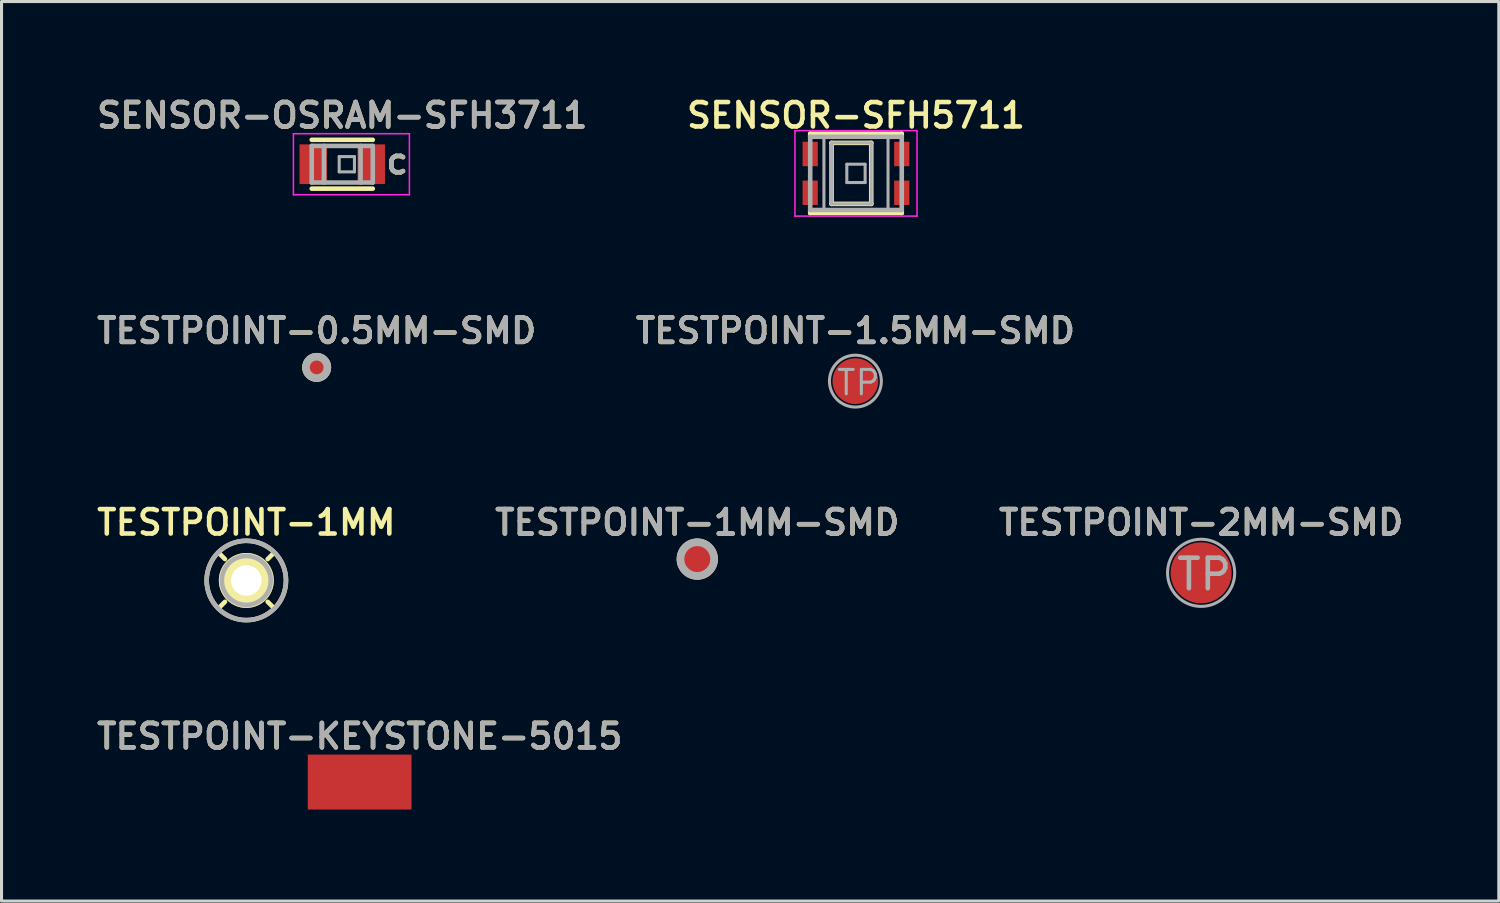
<source format=kicad_pcb>
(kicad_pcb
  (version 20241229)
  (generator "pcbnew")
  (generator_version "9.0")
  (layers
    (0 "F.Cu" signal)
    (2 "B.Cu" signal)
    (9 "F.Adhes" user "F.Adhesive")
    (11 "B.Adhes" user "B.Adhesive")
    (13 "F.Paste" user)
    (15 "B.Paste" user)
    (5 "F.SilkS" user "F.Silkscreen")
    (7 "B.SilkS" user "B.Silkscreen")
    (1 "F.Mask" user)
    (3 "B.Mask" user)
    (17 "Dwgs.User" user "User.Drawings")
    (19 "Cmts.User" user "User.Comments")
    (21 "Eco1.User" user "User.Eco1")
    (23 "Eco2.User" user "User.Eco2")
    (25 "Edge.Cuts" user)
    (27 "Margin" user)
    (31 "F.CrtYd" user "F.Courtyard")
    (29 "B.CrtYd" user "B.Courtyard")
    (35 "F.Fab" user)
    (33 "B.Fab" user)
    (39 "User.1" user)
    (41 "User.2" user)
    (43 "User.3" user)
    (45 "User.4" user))
  (footprint "TESTPOINT-1.5MM-SMD"
    (layer "F.Cu")
    (at 24.978 9.438)
    (property "Reference" "TESTPOINT-1.5MM-SMD" (at 0 -1.65 0) (layer "F.SilkS") (effects (font (size 0.8 0.8) (thickness 0.15))))
    (attr smd)
    (fp_circle (center 0 0) (end 0.85 0) (stroke (width 0.1) (type solid)) (fill no) (layer "F.Fab"))
    (fp_text user "TP" (at 0.1 0.05 0) (layer "F.Fab") (effects (font (size 0.8 0.8) (thickness 0.1))))
    (fp_text user "${REFERENCE}" (at 0 -1.65 0) (layer "F.Fab") (effects (font (size 0.8 0.8) (thickness 0.15))))
    (pad "1" smd circle (at 0 0) (size 1.5 1.5) (layers "F.Cu" "F.Mask")))
  (footprint "TESTPOINT-1MM"
    (layer "F.Cu")
    (at 5.021 15.969)
    (property "Reference" "TESTPOINT-1MM" (at 0 -1.9 0) (layer "F.SilkS") (effects (font (size 0.8 0.8) (thickness 0.15))))
    (attr through_hole)
    (fp_line (start -0.9 -0.9) (end -0.7 -0.7) (stroke (width 0.15) (type solid)) (layer "F.SilkS"))
    (fp_line (start -0.7 0.7) (end -0.9 0.9) (stroke (width 0.15) (type solid)) (layer "F.SilkS"))
    (fp_line (start 0.7 -0.7) (end 0.9 -0.9) (stroke (width 0.15) (type solid)) (layer "F.SilkS"))
    (fp_line (start 0.7 0.7) (end 0.9 0.9) (stroke (width 0.15) (type solid)) (layer "F.SilkS"))
    (fp_circle (center 0 0) (end 1.3 0) (stroke (width 0.15) (type solid)) (fill no) (layer "F.SilkS"))
    (fp_circle (center 0 0) (end 0.8 0) (stroke (width 0.15) (type solid)) (fill no) (layer "F.Fab"))
    (fp_circle (center 0 0) (end 1.3 0) (stroke (width 0.15) (type solid)) (fill no) (layer "F.Fab"))
    (pad "1" thru_hole circle (at 0 0) (size 1.8 1.8) (drill 1) (layers "*.Cu" "*.Mask" "F.SilkS")))
  (footprint "TESTPOINT-1MM-SMD"
    (layer "F.Cu")
    (at 19.797 15.269)
    (property "Reference" "TESTPOINT-1MM-SMD" (at 0 -1.2 0) (layer "F.SilkS") (effects (font (size 0.8 0.8) (thickness 0.15))))
    (attr through_hole)
    (fp_circle (center 0 0) (end 0.6 0) (stroke (width 0.15) (type solid)) (fill no) (layer "F.SilkS"))
    (fp_circle (center 0 0) (end 0.5 0) (stroke (width 0.15) (type solid)) (fill no) (layer "F.Fab"))
    (fp_circle (center 0 0) (end 0.6 0) (stroke (width 0.15) (type solid)) (fill no) (layer "F.Fab"))
    (fp_text user "${REFERENCE}" (at 0 -1.2 0) (layer "F.Fab") (effects (font (size 0.8 0.8) (thickness 0.15))))
    (pad "1" smd circle (at 0 0) (size 1 1) (layers "F.Cu" "F.Mask" "F.Paste")))
  (footprint "TESTPOINT-0.5MM-SMD"
    (layer "F.Cu")
    (at 7.326 8.988)
    (property "Reference" "TESTPOINT-0.5MM-SMD" (at 0 -1.2 0) (layer "F.SilkS") (effects (font (size 0.8 0.8) (thickness 0.15))))
    (attr through_hole)
    (fp_circle (center 0 0) (end 0.4 0) (stroke (width 0.15) (type solid)) (fill no) (layer "F.SilkS"))
    (fp_circle (center 0 0) (end 0.3 0) (stroke (width 0.15) (type solid)) (fill no) (layer "F.Fab"))
    (fp_circle (center 0 0) (end 0.4 0) (stroke (width 0.15) (type solid)) (fill no) (layer "F.Fab"))
    (fp_text user "${REFERENCE}" (at 0 -1.2 0) (layer "F.Fab") (effects (font (size 0.8 0.8) (thickness 0.15))))
    (pad "1" smd circle (at 0 0) (size 0.5 0.5) (layers "F.Cu" "F.Mask")))
  (footprint "TESTPOINT-KEYSTONE-5015"
    (layer "F.Cu")
    (at 8.735 22.575)
    (property "Reference" "TESTPOINT-KEYSTONE-5015" (at 0 -1.5 0) (layer "F.SilkS") (effects (font (size 0.8 0.8) (thickness 0.15))))
    (attr smd)
    (fp_text user "${REFERENCE}" (at 0 -1.5 0) (layer "F.Fab") (effects (font (size 0.8 0.8) (thickness 0.15))))
    (pad "1" smd rect (at 0 0) (size 3.4 1.8) (layers "F.Cu" "F.Mask")))
  (footprint "TESTPOINT-2MM-SMD"
    (layer "F.Cu")
    (at 36.306 15.719)
    (property "Reference" "TESTPOINT-2MM-SMD" (at 0 -1.65 0) (layer "F.SilkS") (effects (font (size 0.8 0.8) (thickness 0.15))))
    (attr smd)
    (fp_circle (center 0 0) (end 1.1 0) (stroke (width 0.1) (type solid)) (fill no) (layer "F.Fab"))
    (fp_text user "${REFERENCE}" (at 0 -1.65 0) (layer "F.Fab") (effects (font (size 0.8 0.8) (thickness 0.15))))
    (fp_text user "TP" (at 0.1 0.05 0) (layer "F.Fab") (effects (font (size 1 1) (thickness 0.15))))
    (pad "1" smd circle (at 0 0) (size 2 2) (layers "F.Cu" "F.Mask")))
  (footprint "SENSOR-OSRAM-SFH3711"
    (layer "F.Cu")
    (at 8.164 2.331)
    (property "Reference" "SENSOR-OSRAM-SFH3711" (at 0 -1.6 0) (layer "F.SilkS") (effects (font (size 0.8 0.8) (thickness 0.15))))
    (attr smd)
    (fp_line (start -1 -0.8) (end 1 -0.8) (stroke (width 0.15) (type solid)) (layer "F.SilkS"))
    (fp_line (start 1 0.8) (end -1 0.8) (stroke (width 0.15) (type solid)) (layer "F.SilkS"))
    (fp_line (start -1.6 -1) (end -1.6 1) (stroke (width 0.05) (type solid)) (layer "F.CrtYd"))
    (fp_line (start -1.6 -1) (end 2.2 -1) (stroke (width 0.05) (type solid)) (layer "F.CrtYd"))
    (fp_line (start 2.2 -1) (end 2.2 1) (stroke (width 0.05) (type solid)) (layer "F.CrtYd"))
    (fp_line (start 2.2 1) (end -1.6 1) (stroke (width 0.05) (type solid)) (layer "F.CrtYd"))
    (fp_line (start -1 -0.6) (end 1 -0.6) (stroke (width 0.15) (type solid)) (layer "F.Fab"))
    (fp_line (start -1 0.6) (end -1 -0.6) (stroke (width 0.15) (type solid)) (layer "F.Fab"))
    (fp_line (start -0.6 -0.6) (end -0.6 0.6) (stroke (width 0.15) (type solid)) (layer "F.Fab"))
    (fp_line (start -0.1 -0.25) (end 0.4 -0.25) (stroke (width 0.1) (type solid)) (layer "F.Fab"))
    (fp_line (start -0.1 0.25) (end -0.1 -0.25) (stroke (width 0.1) (type solid)) (layer "F.Fab"))
    (fp_line (start 0.4 -0.25) (end 0.4 0.25) (stroke (width 0.1) (type solid)) (layer "F.Fab"))
    (fp_line (start 0.4 0.25) (end -0.1 0.25) (stroke (width 0.1) (type solid)) (layer "F.Fab"))
    (fp_line (start 0.6 -0.6) (end 0.6 0.6) (stroke (width 0.15) (type solid)) (layer "F.Fab"))
    (fp_line (start 1 -0.6) (end 1 0.6) (stroke (width 0.15) (type solid)) (layer "F.Fab"))
    (fp_line (start 1 0.6) (end -1 0.6) (stroke (width 0.15) (type solid)) (layer "F.Fab"))
    (fp_text user "c" (at 1.8 -0.1 0) (layer "F.SilkS") (effects (font (size 0.8 0.8) (thickness 0.15))))
    (fp_text user "c" (at 1.8 -0.1 0) (layer "F.Fab") (effects (font (size 0.8 0.8) (thickness 0.15))))
    (fp_text user "${REFERENCE}" (at 0 -1.6 0) (layer "F.Fab") (effects (font (size 0.8 0.8) (thickness 0.15))))
    (pad "1" smd rect (at 0.95 0) (size 0.9 1.3) (layers "F.Cu" "F.Mask" "F.Paste"))
    (pad "2" smd rect (at -0.95 0) (size 0.9 1.3) (layers "F.Cu" "F.Mask" "F.Paste")))
  (footprint "SENSOR-SFH5711"
    (layer "F.Cu")
    (at 24.997 2.631)
    (property "Reference" "SENSOR-SFH5711" (at 0 -1.9 0) (layer "F.SilkS") (effects (font (size 0.8 0.8) (thickness 0.15))))
    (attr through_hole)
    (fp_line (start -1.5 -1.3) (end -1.5 -1.2) (stroke (width 0.15) (type solid)) (layer "F.SilkS"))
    (fp_line (start -1.5 -1.3) (end 1.5 -1.3) (stroke (width 0.15) (type solid)) (layer "F.SilkS"))
    (fp_line (start -1.5 1.3) (end -1.5 1.2) (stroke (width 0.15) (type solid)) (layer "F.SilkS"))
    (fp_line (start -1.5 1.3) (end 1.5 1.3) (stroke (width 0.15) (type solid)) (layer "F.SilkS"))
    (fp_line (start -0.8 -1) (end 0.5 -1) (stroke (width 0.15) (type solid)) (layer "F.SilkS"))
    (fp_line (start -0.8 1) (end -0.8 -1) (stroke (width 0.15) (type solid)) (layer "F.SilkS"))
    (fp_line (start 0.5 -1) (end 0.5 1) (stroke (width 0.15) (type solid)) (layer "F.SilkS"))
    (fp_line (start 0.5 1) (end -0.8 1) (stroke (width 0.15) (type solid)) (layer "F.SilkS"))
    (fp_line (start 1.5 -1.3) (end 1.5 -1.2) (stroke (width 0.15) (type solid)) (layer "F.SilkS"))
    (fp_line (start 1.5 1.3) (end 1.5 1.2) (stroke (width 0.15) (type solid)) (layer "F.SilkS"))
    (fp_line (start -2 -1.4) (end 2 -1.4) (stroke (width 0.05) (type solid)) (layer "F.CrtYd"))
    (fp_line (start -2 1.4) (end -2 -1.4) (stroke (width 0.05) (type solid)) (layer "F.CrtYd"))
    (fp_line (start 2 -1.4) (end 2 1.4) (stroke (width 0.05) (type solid)) (layer "F.CrtYd"))
    (fp_line (start 2 1.4) (end -2 1.4) (stroke (width 0.05) (type solid)) (layer "F.CrtYd"))
    (fp_line (start -1.5 -1.2) (end -1.5 1.2) (stroke (width 0.15) (type solid)) (layer "F.Fab"))
    (fp_line (start -1.5 1.2) (end 1.5 1.2) (stroke (width 0.15) (type solid)) (layer "F.Fab"))
    (fp_line (start -1.05 -1.2) (end -1.05 1.2) (stroke (width 0.1) (type solid)) (layer "F.Fab"))
    (fp_line (start -0.8 -1) (end -0.8 1) (stroke (width 0.1) (type solid)) (layer "F.Fab"))
    (fp_line (start -0.8 1) (end 0.5 1) (stroke (width 0.1) (type solid)) (layer "F.Fab"))
    (fp_line (start -0.3 -0.3) (end -0.3 0.3) (stroke (width 0.1) (type solid)) (layer "F.Fab"))
    (fp_line (start -0.3 0.3) (end 0.3 0.3) (stroke (width 0.1) (type solid)) (layer "F.Fab"))
    (fp_line (start 0.3 -0.3) (end -0.3 -0.3) (stroke (width 0.1) (type solid)) (layer "F.Fab"))
    (fp_line (start 0.3 0.3) (end 0.3 -0.3) (stroke (width 0.1) (type solid)) (layer "F.Fab"))
    (fp_line (start 0.5 -1) (end -0.8 -1) (stroke (width 0.1) (type solid)) (layer "F.Fab"))
    (fp_line (start 0.5 1) (end 0.5 -1) (stroke (width 0.1) (type solid)) (layer "F.Fab"))
    (fp_line (start 1.05 1.2) (end 1.05 -1.2) (stroke (width 0.1) (type solid)) (layer "F.Fab"))
    (fp_line (start 1.5 -1.2) (end -1.5 -1.2) (stroke (width 0.15) (type solid)) (layer "F.Fab"))
    (fp_line (start 1.5 1.2) (end 1.5 -1.2) (stroke (width 0.15) (type solid)) (layer "F.Fab"))
    (pad "1" smd rect (at -1.5 -0.635) (size 0.5 0.8) (layers "F.Cu" "F.Mask" "F.Paste"))
    (pad "2" smd rect (at -1.5 0.635) (size 0.5 0.8) (layers "F.Cu" "F.Mask" "F.Paste"))
    (pad "3" smd rect (at 1.5 0.635) (size 0.5 0.8) (layers "F.Cu" "F.Mask" "F.Paste"))
    (pad "4" smd rect (at 1.5 -0.635) (size 0.5 0.8) (layers "F.Cu" "F.Mask" "F.Paste")))
  (gr_rect
    (start -3 -3)
    (end 46.06 26.475)
    (stroke (width 0.1) (type default))
    (fill no)
    (layer "Edge.Cuts")))
</source>
